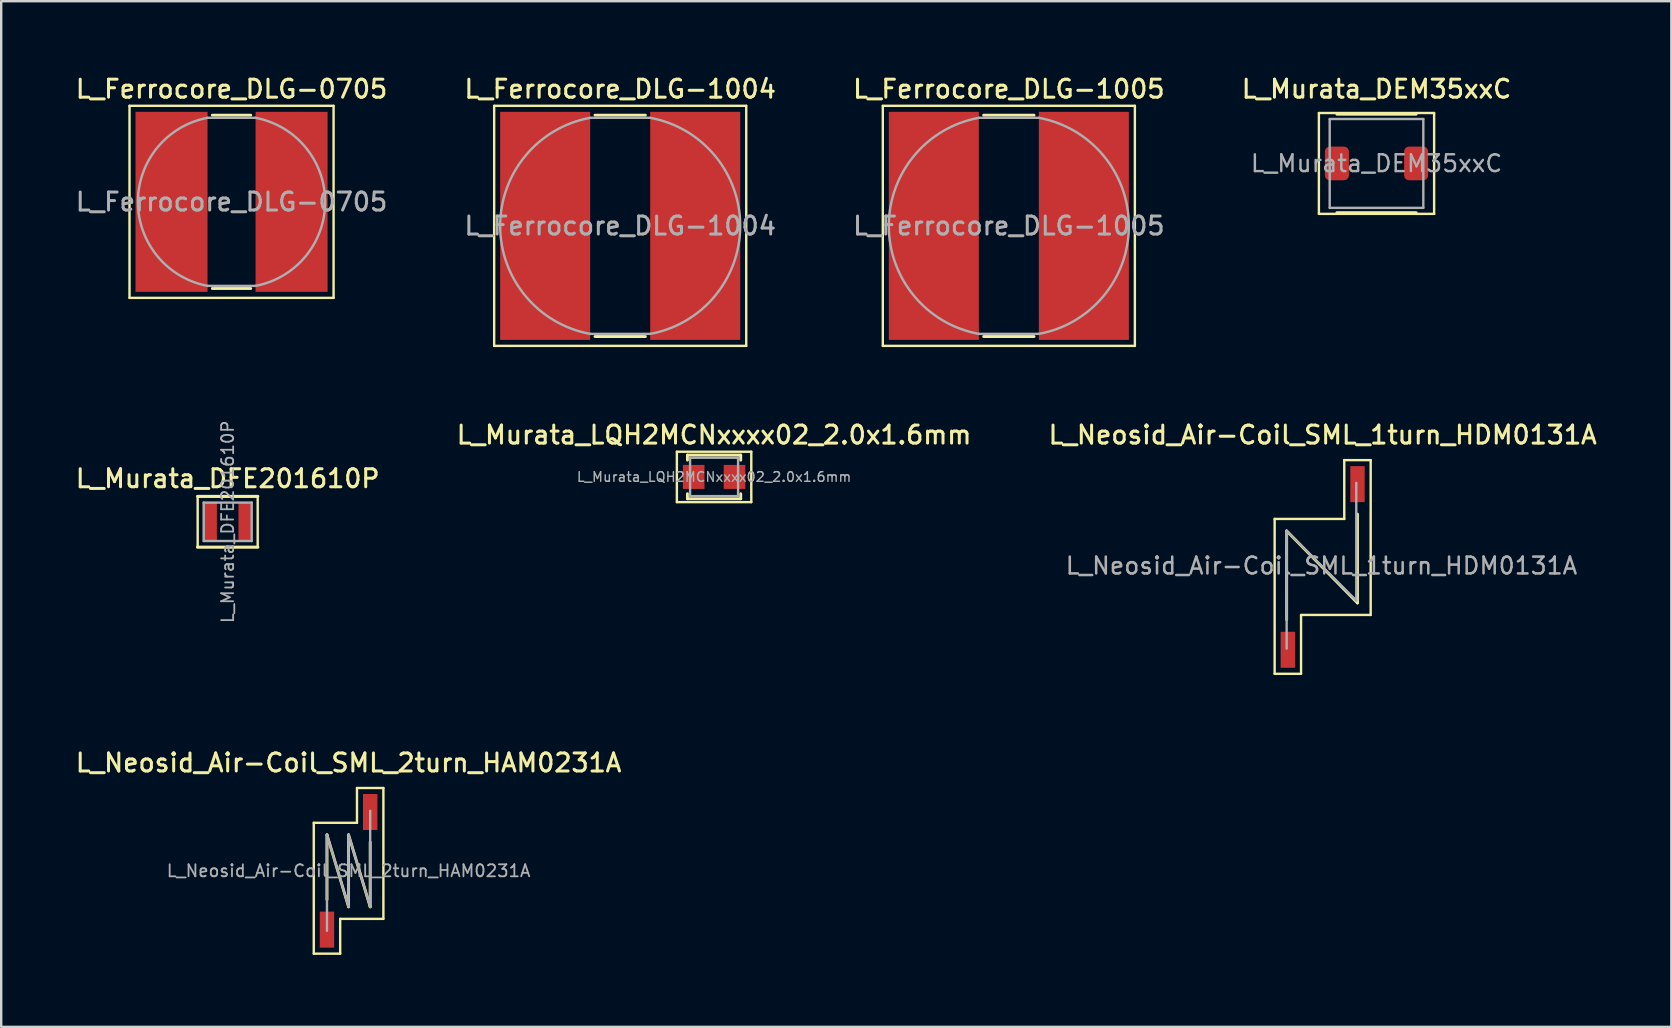
<source format=kicad_pcb>
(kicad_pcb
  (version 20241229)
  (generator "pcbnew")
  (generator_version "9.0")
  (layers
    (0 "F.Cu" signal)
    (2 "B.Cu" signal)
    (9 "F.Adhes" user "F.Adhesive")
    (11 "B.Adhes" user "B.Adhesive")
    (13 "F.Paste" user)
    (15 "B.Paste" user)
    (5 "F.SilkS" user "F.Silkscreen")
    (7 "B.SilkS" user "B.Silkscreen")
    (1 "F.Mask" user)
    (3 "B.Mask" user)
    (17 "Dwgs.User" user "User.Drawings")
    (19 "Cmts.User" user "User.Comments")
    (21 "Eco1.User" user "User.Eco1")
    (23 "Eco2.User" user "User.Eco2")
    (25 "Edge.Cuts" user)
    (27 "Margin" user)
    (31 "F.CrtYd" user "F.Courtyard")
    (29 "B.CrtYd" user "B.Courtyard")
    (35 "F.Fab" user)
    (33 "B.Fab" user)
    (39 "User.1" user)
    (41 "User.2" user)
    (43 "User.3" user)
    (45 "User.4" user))
  (footprint "L_Ferrocore_DLG-1005"
    (layer "F.Cu")
    (at 38.973 6.358)
    (property "Reference" "L_Ferrocore_DLG-1005" (at 0 -5.7 0) (layer "F.SilkS") (effects (font (size 0.75 0.75) (thickness 0.125))))
    (attr smd)
    (fp_line (start -5.25 -5) (end -5.25 5) (stroke (width 0.1) (type solid)) (layer "F.SilkS"))
    (fp_line (start -5.25 5) (end 5.25 5) (stroke (width 0.1) (type solid)) (layer "F.SilkS"))
    (fp_line (start -1.05 -4.61) (end 1.05 -4.61) (stroke (width 0.12) (type solid)) (layer "F.SilkS"))
    (fp_line (start -1.05 4.61) (end 1.05 4.61) (stroke (width 0.12) (type solid)) (layer "F.SilkS"))
    (fp_line (start 5.25 -5) (end -5.25 -5) (stroke (width 0.1) (type solid)) (layer "F.SilkS"))
    (fp_line (start 5.25 5) (end 5.25 -5) (stroke (width 0.1) (type solid)) (layer "F.SilkS"))
    (fp_line (start -1.25 -4.5) (end 1.25 -4.5) (stroke (width 0.1) (type solid)) (layer "F.Fab"))
    (fp_line (start -1.25 4.5) (end 1.25 4.5) (stroke (width 0.1) (type solid)) (layer "F.Fab"))
    (fp_arc (start -1.25 4.5) (mid -5 0) (end -1.25 -4.5) (stroke (width 0.1) (type solid)) (layer "F.Fab"))
    (fp_arc (start 1.25 -4.5) (mid 5 0) (end 1.25 4.5) (stroke (width 0.1) (type solid)) (layer "F.Fab"))
    (fp_text user "${REFERENCE}" (at 0 0 0) (layer "F.Fab") (effects (font (size 0.75 0.75) (thickness 0.125))))
    (pad "1" smd rect (at -3.125 0) (size 3.75 9.5) (layers "F.Cu" "F.Mask" "F.Paste"))
    (pad "2" smd rect (at 3.125 0) (size 3.75 9.5) (layers "F.Cu" "F.Mask" "F.Paste")))
  (footprint "L_Ferrocore_DLG-1004"
    (layer "F.Cu")
    (at 22.784 6.358)
    (property "Reference" "L_Ferrocore_DLG-1004" (at 0 -5.7 0) (layer "F.SilkS") (effects (font (size 0.75 0.75) (thickness 0.125))))
    (attr smd)
    (fp_line (start -5.25 -5) (end -5.25 5) (stroke (width 0.1) (type solid)) (layer "F.SilkS"))
    (fp_line (start -5.25 5) (end 5.25 5) (stroke (width 0.1) (type solid)) (layer "F.SilkS"))
    (fp_line (start -1.05 -4.61) (end 1.05 -4.61) (stroke (width 0.12) (type solid)) (layer "F.SilkS"))
    (fp_line (start -1.05 4.61) (end 1.05 4.61) (stroke (width 0.12) (type solid)) (layer "F.SilkS"))
    (fp_line (start 5.25 -5) (end -5.25 -5) (stroke (width 0.1) (type solid)) (layer "F.SilkS"))
    (fp_line (start 5.25 5) (end 5.25 -5) (stroke (width 0.1) (type solid)) (layer "F.SilkS"))
    (fp_line (start -1.25 -4.5) (end 1.25 -4.5) (stroke (width 0.1) (type solid)) (layer "F.Fab"))
    (fp_line (start -1.25 4.5) (end 1.25 4.5) (stroke (width 0.1) (type solid)) (layer "F.Fab"))
    (fp_arc (start -1.25 4.5) (mid -5 0) (end -1.25 -4.5) (stroke (width 0.1) (type solid)) (layer "F.Fab"))
    (fp_arc (start 1.25 -4.5) (mid 5 0) (end 1.25 4.5) (stroke (width 0.1) (type solid)) (layer "F.Fab"))
    (fp_text user "${REFERENCE}" (at 0 0 0) (layer "F.Fab") (effects (font (size 0.75 0.75) (thickness 0.125))))
    (pad "1" smd rect (at -3.125 0) (size 3.75 9.5) (layers "F.Cu" "F.Mask" "F.Paste"))
    (pad "2" smd rect (at 3.125 0) (size 3.75 9.5) (layers "F.Cu" "F.Mask" "F.Paste")))
  (footprint "L_Neosid_Air-Coil_SML_1turn_HDM0131A"
    (layer "F.Cu")
    (at 52.045 20.566)
    (property "Reference" "L_Neosid_Air-Coil_SML_1turn_HDM0131A" (at 0 -5.5 0) (layer "F.SilkS") (effects (font (size 0.75 0.75) (thickness 0.125))))
    (attr smd)
    (fp_line (start -2 -2) (end -2 4.45) (stroke (width 0.1) (type solid)) (layer "F.SilkS"))
    (fp_line (start -2 4.45) (end -0.9 4.45) (stroke (width 0.1) (type solid)) (layer "F.SilkS"))
    (fp_line (start -1.5 -1.5) (end -1.5 2.2) (stroke (width 0.12) (type solid)) (layer "F.SilkS"))
    (fp_line (start -1.5 -1.5) (end 1.45 1.5) (stroke (width 0.12) (type solid)) (layer "F.SilkS"))
    (fp_line (start -0.9 2) (end 2 2) (stroke (width 0.1) (type solid)) (layer "F.SilkS"))
    (fp_line (start -0.9 4.45) (end -0.9 2) (stroke (width 0.1) (type solid)) (layer "F.SilkS"))
    (fp_line (start 0.9 -4.45) (end 0.9 -2) (stroke (width 0.1) (type solid)) (layer "F.SilkS"))
    (fp_line (start 0.9 -2) (end -2 -2) (stroke (width 0.1) (type solid)) (layer "F.SilkS"))
    (fp_line (start 1.45 1.5) (end 1.45 -2.2) (stroke (width 0.12) (type solid)) (layer "F.SilkS"))
    (fp_line (start 2 -4.45) (end 0.9 -4.45) (stroke (width 0.1) (type solid)) (layer "F.SilkS"))
    (fp_line (start 2 2) (end 2 -4.45) (stroke (width 0.1) (type solid)) (layer "F.SilkS"))
    (fp_line (start -1.5 -1.5) (end 1.4 1.4) (stroke (width 0.1) (type solid)) (layer "F.Fab"))
    (fp_line (start -1.5 3.4) (end -1.5 -1.5) (stroke (width 0.1) (type solid)) (layer "F.Fab"))
    (fp_line (start 1.4 1.4) (end 1.4 -3.5) (stroke (width 0.1) (type solid)) (layer "F.Fab"))
    (fp_text user "${REFERENCE}" (at -0.05 -0.05 0) (layer "F.Fab") (effects (font (size 0.7 0.7) (thickness 0.105))))
    (pad "1" smd rect (at -1.45 3.45) (size 0.6 1.5) (layers "F.Cu" "F.Mask" "F.Paste"))
    (pad "2" smd rect (at 1.45 -3.45) (size 0.6 1.5) (layers "F.Cu" "F.Mask" "F.Paste")))
  (footprint "L_Murata_DFE201610P"
    (layer "F.Cu")
    (at 6.434 18.685)
    (property "Reference" "L_Murata_DFE201610P" (at 0 -1.8 0) (layer "F.SilkS") (effects (font (size 0.75 0.75) (thickness 0.125))))
    (attr smd)
    (fp_line (start -1.26 -1.06) (end 1.26 -1.06) (stroke (width 0.12) (type solid)) (layer "F.SilkS"))
    (fp_line (start -1.26 1.06) (end 1.26 1.06) (stroke (width 0.12) (type solid)) (layer "F.SilkS"))
    (fp_line (start -1.25 -1.05) (end -1.25 1.05) (stroke (width 0.1) (type solid)) (layer "F.SilkS"))
    (fp_line (start -1.25 1.05) (end 1.25 1.05) (stroke (width 0.1) (type solid)) (layer "F.SilkS"))
    (fp_line (start 1.25 -1.05) (end -1.25 -1.05) (stroke (width 0.1) (type solid)) (layer "F.SilkS"))
    (fp_line (start 1.25 1.05) (end 1.25 -1.05) (stroke (width 0.1) (type solid)) (layer "F.SilkS"))
    (fp_line (start -1 -0.8) (end -1 0.8) (stroke (width 0.1) (type solid)) (layer "F.Fab"))
    (fp_line (start -1 0.8) (end 1 0.8) (stroke (width 0.1) (type solid)) (layer "F.Fab"))
    (fp_line (start 1 -0.8) (end -1 -0.8) (stroke (width 0.1) (type solid)) (layer "F.Fab"))
    (fp_line (start 1 0.8) (end 1 -0.8) (stroke (width 0.1) (type solid)) (layer "F.Fab"))
    (fp_text user "${REFERENCE}" (at 0 0 90) (layer "F.Fab") (effects (font (size 0.5 0.5) (thickness 0.075))))
    (pad "1" smd rect (at -0.725 0) (size 0.55 1.6) (layers "F.Cu" "F.Mask" "F.Paste"))
    (pad "2" smd rect (at 0.725 0) (size 0.55 1.6) (layers "F.Cu" "F.Mask" "F.Paste")))
  (footprint "L_Murata_DEM35xxC"
    (layer "F.Cu")
    (at 54.288 3.758)
    (property "Reference" "L_Murata_DEM35xxC" (at 0 -3.1 0) (layer "F.SilkS") (effects (font (size 0.75 0.75) (thickness 0.125))))
    (attr smd)
    (fp_line (start -2.4 -2.1) (end -2.4 2.1) (stroke (width 0.1) (type solid)) (layer "F.SilkS"))
    (fp_line (start -2.4 2.1) (end 2.4 2.1) (stroke (width 0.1) (type solid)) (layer "F.SilkS"))
    (fp_line (start -1.65 -2.05) (end 1.65 -2.05) (stroke (width 0.12) (type solid)) (layer "F.SilkS"))
    (fp_line (start -1.65 2.05) (end 1.65 2.05) (stroke (width 0.12) (type solid)) (layer "F.SilkS"))
    (fp_line (start 2.4 -2.1) (end -2.4 -2.1) (stroke (width 0.1) (type solid)) (layer "F.SilkS"))
    (fp_line (start 2.4 2.1) (end 2.4 -2.1) (stroke (width 0.1) (type solid)) (layer "F.SilkS"))
    (fp_line (start -1.95 -1.85) (end 1.95 -1.85) (stroke (width 0.1) (type solid)) (layer "F.Fab"))
    (fp_line (start -1.95 1.85) (end -1.95 -1.85) (stroke (width 0.1) (type solid)) (layer "F.Fab"))
    (fp_line (start 1.95 -1.85) (end 1.95 1.85) (stroke (width 0.1) (type solid)) (layer "F.Fab"))
    (fp_line (start 1.95 1.85) (end -1.95 1.85) (stroke (width 0.1) (type solid)) (layer "F.Fab"))
    (fp_text user "${REFERENCE}" (at 0 0 0) (layer "F.Fab") (effects (font (size 0.7 0.7) (thickness 0.1))))
    (pad "1" smd roundrect (at -1.65 0) (size 1 1.4) (layers "F.Cu" "F.Mask" "F.Paste") (roundrect_rratio 0.2))
    (pad "2" smd roundrect (at 1.65 0) (size 1 1.4) (layers "F.Cu" "F.Mask" "F.Paste") (roundrect_rratio 0.2)))
  (footprint "L_Neosid_Air-Coil_SML_2turn_HAM0231A"
    (layer "F.Cu")
    (at 11.47 33.224)
    (property "Reference" "L_Neosid_Air-Coil_SML_2turn_HAM0231A" (at 0 -4.5 0) (layer "F.SilkS") (effects (font (size 0.75 0.75) (thickness 0.125))))
    (attr smd)
    (fp_line (start -1.45 -2) (end -1.45 3.45) (stroke (width 0.1) (type solid)) (layer "F.SilkS"))
    (fp_line (start -1.45 3.45) (end -0.35 3.45) (stroke (width 0.1) (type solid)) (layer "F.SilkS"))
    (fp_line (start -0.9 -1.5) (end 0 1.5) (stroke (width 0.12) (type solid)) (layer "F.SilkS"))
    (fp_line (start -0.9 1.2) (end -0.9 -1.5) (stroke (width 0.12) (type solid)) (layer "F.SilkS"))
    (fp_line (start -0.35 2) (end 1.45 2) (stroke (width 0.1) (type solid)) (layer "F.SilkS"))
    (fp_line (start -0.35 3.45) (end -0.35 2) (stroke (width 0.1) (type solid)) (layer "F.SilkS"))
    (fp_line (start 0 -1.5) (end 0.9 1.5) (stroke (width 0.12) (type solid)) (layer "F.SilkS"))
    (fp_line (start 0 1.5) (end 0 -1.5) (stroke (width 0.12) (type solid)) (layer "F.SilkS"))
    (fp_line (start 0.35 -3.45) (end 0.35 -2) (stroke (width 0.1) (type solid)) (layer "F.SilkS"))
    (fp_line (start 0.35 -2) (end -1.45 -2) (stroke (width 0.1) (type solid)) (layer "F.SilkS"))
    (fp_line (start 0.9 -1.2) (end 0.9 1.5) (stroke (width 0.12) (type solid)) (layer "F.SilkS"))
    (fp_line (start 1.45 -3.45) (end 0.35 -3.45) (stroke (width 0.1) (type solid)) (layer "F.SilkS"))
    (fp_line (start 1.45 2) (end 1.45 -3.45) (stroke (width 0.1) (type solid)) (layer "F.SilkS"))
    (fp_line (start -0.9 -1.5) (end 0 1.5) (stroke (width 0.1) (type solid)) (layer "F.Fab"))
    (fp_line (start -0.9 2.5) (end -0.9 -1.5) (stroke (width 0.1) (type solid)) (layer "F.Fab"))
    (fp_line (start 0 -1.5) (end 0.9 1.5) (stroke (width 0.1) (type solid)) (layer "F.Fab"))
    (fp_line (start 0 1.5) (end 0 -1.5) (stroke (width 0.1) (type solid)) (layer "F.Fab"))
    (fp_line (start 0.9 1.5) (end 0.9 -2.5) (stroke (width 0.1) (type solid)) (layer "F.Fab"))
    (fp_text user "${REFERENCE}" (at 0 0 0) (layer "F.Fab") (effects (font (size 0.5 0.5) (thickness 0.075))))
    (pad "1" smd rect (at -0.9 2.45) (size 0.6 1.5) (layers "F.Cu" "F.Mask" "F.Paste"))
    (pad "2" smd rect (at 0.9 -2.45) (size 0.6 1.5) (layers "F.Cu" "F.Mask" "F.Paste")))
  (footprint "L_Murata_LQH2MCNxxxx02_2.0x1.6mm"
    (layer "F.Cu")
    (at 26.695 16.816)
    (property "Reference" "L_Murata_LQH2MCNxxxx02_2.0x1.6mm" (at 0 -1.75 0) (layer "F.SilkS") (effects (font (size 0.75 0.75) (thickness 0.125))))
    (attr smd)
    (fp_line (start -1.55 -1.05) (end 1.55 -1.05) (stroke (width 0.1) (type solid)) (layer "F.SilkS"))
    (fp_line (start -1.55 1.05) (end -1.55 -1.05) (stroke (width 0.1) (type solid)) (layer "F.SilkS"))
    (fp_line (start -1.11 -0.91) (end 1.11 -0.91) (stroke (width 0.12) (type solid)) (layer "F.SilkS"))
    (fp_line (start -1.11 -0.7) (end -1.11 -0.91) (stroke (width 0.12) (type solid)) (layer "F.SilkS"))
    (fp_line (start -1.11 0.91) (end -1.11 0.7) (stroke (width 0.12) (type solid)) (layer "F.SilkS"))
    (fp_line (start 1.11 -0.7) (end 1.11 -0.91) (stroke (width 0.12) (type solid)) (layer "F.SilkS"))
    (fp_line (start 1.11 0.7) (end 1.11 0.91) (stroke (width 0.12) (type solid)) (layer "F.SilkS"))
    (fp_line (start 1.11 0.91) (end -1.11 0.91) (stroke (width 0.12) (type solid)) (layer "F.SilkS"))
    (fp_line (start 1.55 -1.05) (end 1.55 1.05) (stroke (width 0.1) (type solid)) (layer "F.SilkS"))
    (fp_line (start 1.55 1.05) (end -1.55 1.05) (stroke (width 0.1) (type solid)) (layer "F.SilkS"))
    (fp_line (start -1 -0.8) (end 1 -0.8) (stroke (width 0.1) (type solid)) (layer "F.Fab"))
    (fp_line (start -1 0.8) (end -1 -0.8) (stroke (width 0.1) (type solid)) (layer "F.Fab"))
    (fp_line (start 1 -0.8) (end 1 0.8) (stroke (width 0.1) (type solid)) (layer "F.Fab"))
    (fp_line (start 1 0.8) (end -1 0.8) (stroke (width 0.1) (type solid)) (layer "F.Fab"))
    (fp_text user "${REFERENCE}" (at 0 0 0) (layer "F.Fab") (effects (font (size 0.4 0.4) (thickness 0.06))))
    (pad "1" smd rect (at -0.85 0) (size 0.9 1) (layers "F.Cu" "F.Mask" "F.Paste"))
    (pad "2" smd rect (at 0.85 0) (size 0.9 1) (layers "F.Cu" "F.Mask" "F.Paste")))
  (footprint "L_Ferrocore_DLG-0705"
    (layer "F.Cu")
    (at 6.595 5.358)
    (property "Reference" "L_Ferrocore_DLG-0705" (at 0 -4.7 0) (layer "F.SilkS") (effects (font (size 0.75 0.75) (thickness 0.125))))
    (attr smd)
    (fp_line (start -4.25 -4) (end -4.25 4) (stroke (width 0.1) (type solid)) (layer "F.SilkS"))
    (fp_line (start -4.25 4) (end 4.25 4) (stroke (width 0.1) (type solid)) (layer "F.SilkS"))
    (fp_line (start -0.8 -3.61) (end 0.8 -3.61) (stroke (width 0.12) (type solid)) (layer "F.SilkS"))
    (fp_line (start -0.8 3.61) (end 0.8 3.61) (stroke (width 0.12) (type solid)) (layer "F.SilkS"))
    (fp_line (start 4.25 -4) (end -4.25 -4) (stroke (width 0.1) (type solid)) (layer "F.SilkS"))
    (fp_line (start 4.25 4) (end 4.25 -4) (stroke (width 0.1) (type solid)) (layer "F.SilkS"))
    (fp_line (start -1 -3.5) (end 1 -3.5) (stroke (width 0.1) (type solid)) (layer "F.Fab"))
    (fp_line (start -1 3.5) (end 1 3.5) (stroke (width 0.1) (type solid)) (layer "F.Fab"))
    (fp_arc (start -1 3.5) (mid -3.9 0) (end -1 -3.5) (stroke (width 0.1) (type solid)) (layer "F.Fab"))
    (fp_arc (start 1 -3.5) (mid 3.9 0) (end 1 3.5) (stroke (width 0.1) (type solid)) (layer "F.Fab"))
    (fp_text user "${REFERENCE}" (at 0 0 0) (layer "F.Fab") (effects (font (size 0.75 0.75) (thickness 0.125))))
    (pad "1" smd rect (at -2.5 0) (size 3 7.5) (layers "F.Cu" "F.Mask" "F.Paste"))
    (pad "2" smd rect (at 2.5 0) (size 3 7.5) (layers "F.Cu" "F.Mask" "F.Paste")))
  (gr_rect
    (start -3 -3)
    (end 66.568 39.724)
    (stroke (width 0.1) (type default))
    (fill no)
    (layer "Edge.Cuts")))
</source>
